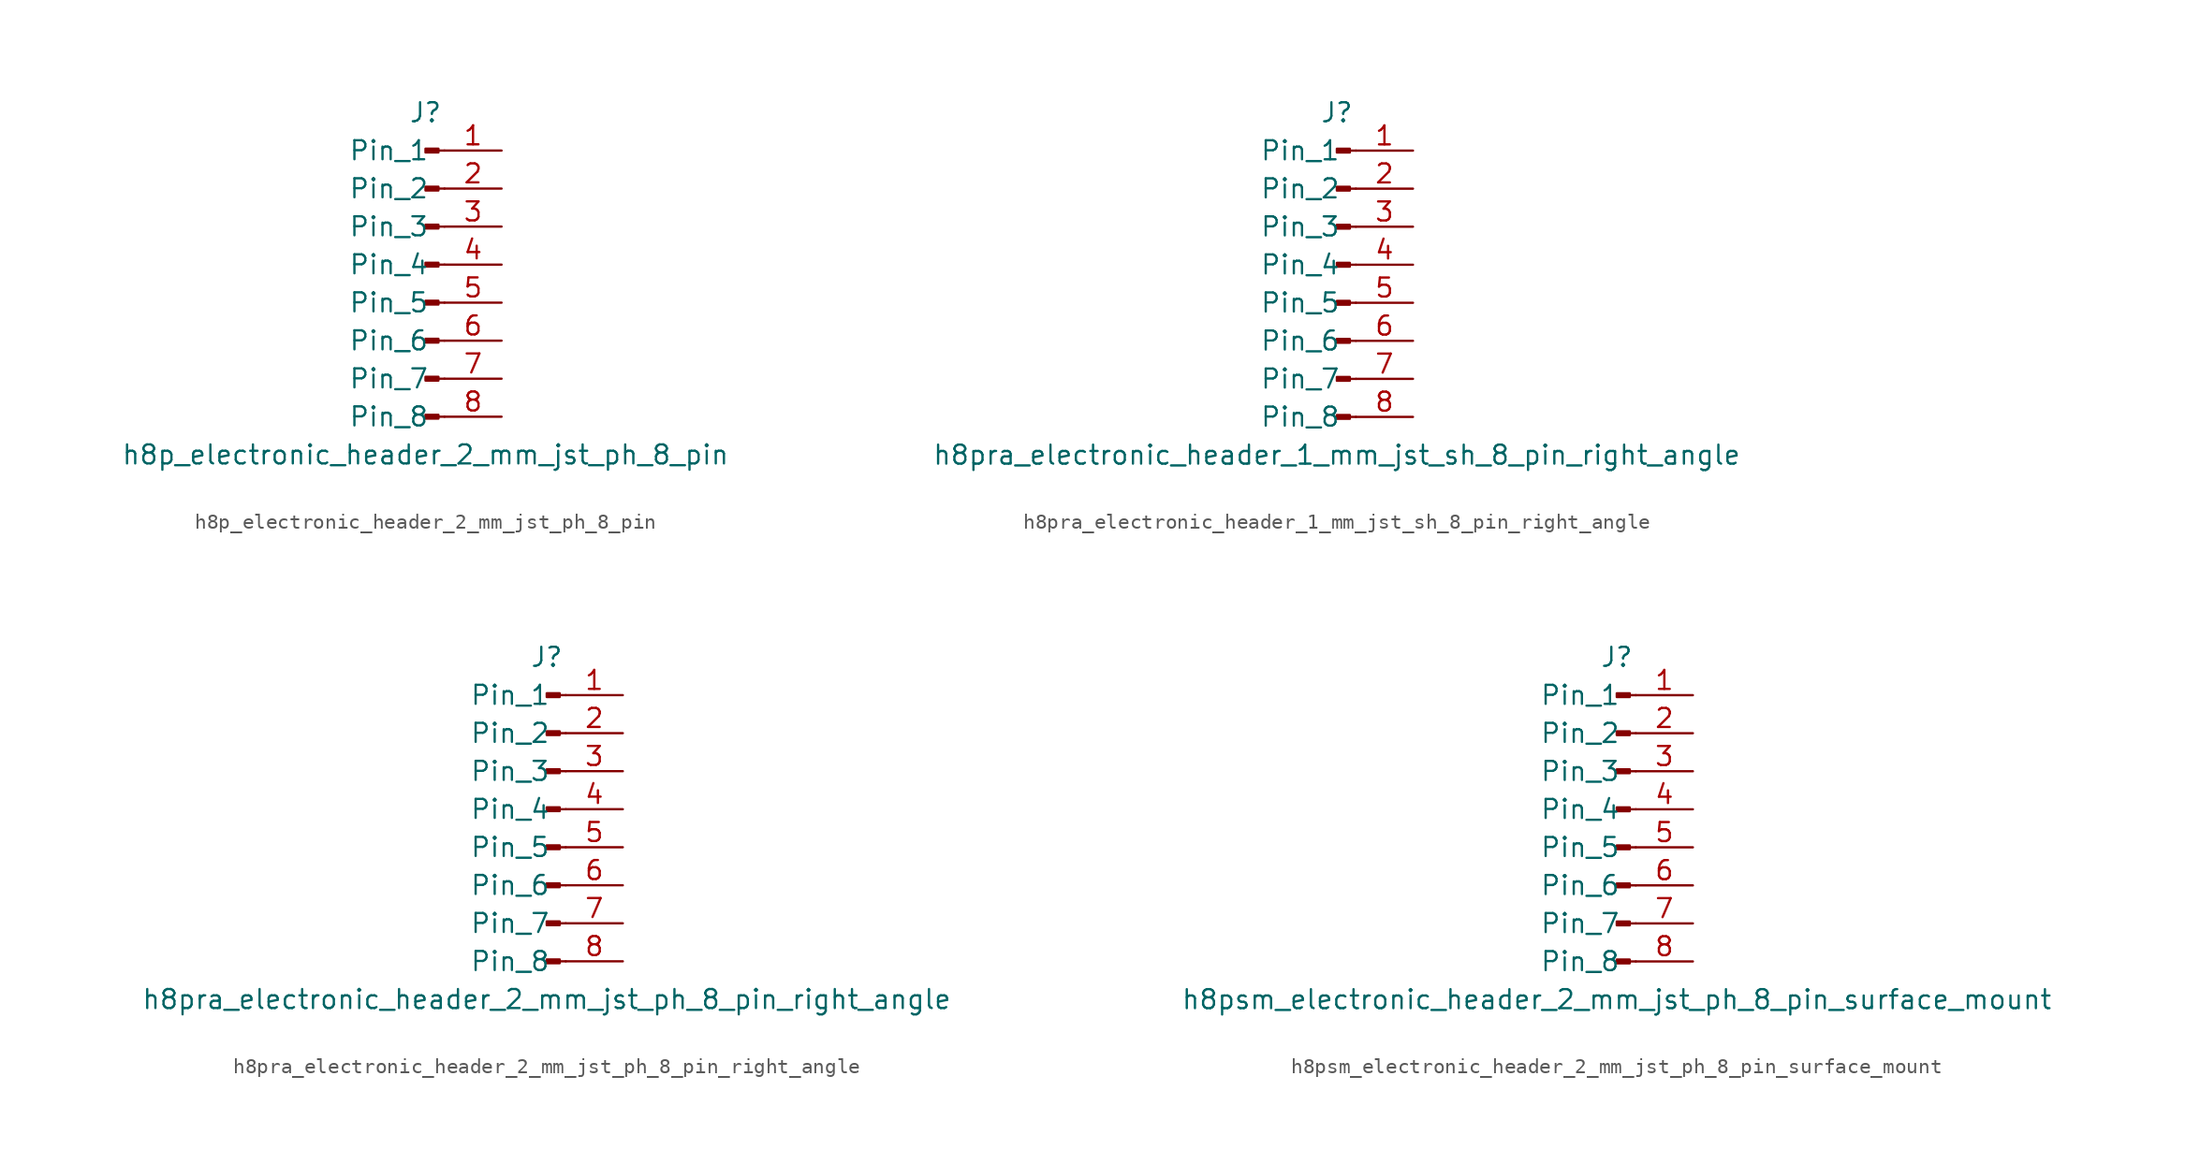
<source format=kicad_sym>
(kicad_symbol_lib
  (version 20220914)
  (generator kicad_symbol_editor)
  (symbol "h8p_electronic_header_2_mm_jst_ph_8_pin"
    (pin_names
      (offset 1.016))
    (property "Reference" "J"
      (at 0 10.16 0)
      (effects (font (size 1.27 1.27))))
    (property "Value" "h8p_electronic_header_2_mm_jst_ph_8_pin"
      (at 0 -12.7 0)
      (effects (font (size 1.27 1.27))))
    (property "ki_locked" ""
      (at 0 0 0)
      (effects (font (size 1.27 1.27))))
    (symbol "h8p_electronic_header_2_mm_jst_ph_8_pin_1_1"
      (polyline (pts (xy 1.27 -10.16) (xy 0.864 -10.16)) (stroke (width 0.152) (type default)) (fill (type none)))
      (polyline (pts (xy 1.27 -7.62) (xy 0.864 -7.62)) (stroke (width 0.152) (type default)) (fill (type none)))
      (polyline (pts (xy 1.27 -5.08) (xy 0.864 -5.08)) (stroke (width 0.152) (type default)) (fill (type none)))
      (polyline (pts (xy 1.27 -2.54) (xy 0.864 -2.54)) (stroke (width 0.152) (type default)) (fill (type none)))
      (polyline (pts (xy 1.27 0) (xy 0.864 0)) (stroke (width 0.152) (type default)) (fill (type none)))
      (polyline (pts (xy 1.27 2.54) (xy 0.864 2.54)) (stroke (width 0.152) (type default)) (fill (type none)))
      (polyline (pts (xy 1.27 5.08) (xy 0.864 5.08)) (stroke (width 0.152) (type default)) (fill (type none)))
      (polyline (pts (xy 1.27 7.62) (xy 0.864 7.62)) (stroke (width 0.152) (type default)) (fill (type none)))
      (rectangle (start 0.864 -10.033) (end 0 -10.287) (stroke (width 0.152) (type default)) (fill (type outline)))
      (rectangle (start 0.864 -7.493) (end 0 -7.747) (stroke (width 0.152) (type default)) (fill (type outline)))
      (rectangle (start 0.864 -4.953) (end 0 -5.207) (stroke (width 0.152) (type default)) (fill (type outline)))
      (rectangle (start 0.864 -2.413) (end 0 -2.667) (stroke (width 0.152) (type default)) (fill (type outline)))
      (rectangle (start 0.864 0.127) (end 0 -0.127) (stroke (width 0.152) (type default)) (fill (type outline)))
      (rectangle (start 0.864 2.667) (end 0 2.413) (stroke (width 0.152) (type default)) (fill (type outline)))
      (rectangle (start 0.864 5.207) (end 0 4.953) (stroke (width 0.152) (type default)) (fill (type outline)))
      (rectangle (start 0.864 7.747) (end 0 7.493) (stroke (width 0.152) (type default)) (fill (type outline)))
      (pin passive line (at 5.08 7.62 180) (length 3.81) (name "Pin_1" (effects (font (size 1.27 1.27)))) (number "1" (effects (font (size 1.27 1.27)))))
      (pin passive line (at 5.08 5.08 180) (length 3.81) (name "Pin_2" (effects (font (size 1.27 1.27)))) (number "2" (effects (font (size 1.27 1.27)))))
      (pin passive line (at 5.08 2.54 180) (length 3.81) (name "Pin_3" (effects (font (size 1.27 1.27)))) (number "3" (effects (font (size 1.27 1.27)))))
      (pin passive line (at 5.08 0 180) (length 3.81) (name "Pin_4" (effects (font (size 1.27 1.27)))) (number "4" (effects (font (size 1.27 1.27)))))
      (pin passive line (at 5.08 -2.54 180) (length 3.81) (name "Pin_5" (effects (font (size 1.27 1.27)))) (number "5" (effects (font (size 1.27 1.27)))))
      (pin passive line (at 5.08 -5.08 180) (length 3.81) (name "Pin_6" (effects (font (size 1.27 1.27)))) (number "6" (effects (font (size 1.27 1.27)))))
      (pin passive line (at 5.08 -7.62 180) (length 3.81) (name "Pin_7" (effects (font (size 1.27 1.27)))) (number "7" (effects (font (size 1.27 1.27)))))
      (pin passive line (at 5.08 -10.16 180) (length 3.81) (name "Pin_8" (effects (font (size 1.27 1.27)))) (number "8" (effects (font (size 1.27 1.27)))))))
  (symbol "h8pra_electronic_header_1_mm_jst_sh_8_pin_right_angle"
    (pin_names
      (offset 1.016))
    (property "Reference" "J"
      (at 0 10.16 0)
      (effects (font (size 1.27 1.27))))
    (property "Value" "h8pra_electronic_header_1_mm_jst_sh_8_pin_right_angle"
      (at 0 -12.7 0)
      (effects (font (size 1.27 1.27))))
    (property "ki_locked" ""
      (at 0 0 0)
      (effects (font (size 1.27 1.27))))
    (symbol "h8pra_electronic_header_1_mm_jst_sh_8_pin_right_angle_1_1"
      (polyline (pts (xy 1.27 -10.16) (xy 0.864 -10.16)) (stroke (width 0.152) (type default)) (fill (type none)))
      (polyline (pts (xy 1.27 -7.62) (xy 0.864 -7.62)) (stroke (width 0.152) (type default)) (fill (type none)))
      (polyline (pts (xy 1.27 -5.08) (xy 0.864 -5.08)) (stroke (width 0.152) (type default)) (fill (type none)))
      (polyline (pts (xy 1.27 -2.54) (xy 0.864 -2.54)) (stroke (width 0.152) (type default)) (fill (type none)))
      (polyline (pts (xy 1.27 0) (xy 0.864 0)) (stroke (width 0.152) (type default)) (fill (type none)))
      (polyline (pts (xy 1.27 2.54) (xy 0.864 2.54)) (stroke (width 0.152) (type default)) (fill (type none)))
      (polyline (pts (xy 1.27 5.08) (xy 0.864 5.08)) (stroke (width 0.152) (type default)) (fill (type none)))
      (polyline (pts (xy 1.27 7.62) (xy 0.864 7.62)) (stroke (width 0.152) (type default)) (fill (type none)))
      (rectangle (start 0.864 -10.033) (end 0 -10.287) (stroke (width 0.152) (type default)) (fill (type outline)))
      (rectangle (start 0.864 -7.493) (end 0 -7.747) (stroke (width 0.152) (type default)) (fill (type outline)))
      (rectangle (start 0.864 -4.953) (end 0 -5.207) (stroke (width 0.152) (type default)) (fill (type outline)))
      (rectangle (start 0.864 -2.413) (end 0 -2.667) (stroke (width 0.152) (type default)) (fill (type outline)))
      (rectangle (start 0.864 0.127) (end 0 -0.127) (stroke (width 0.152) (type default)) (fill (type outline)))
      (rectangle (start 0.864 2.667) (end 0 2.413) (stroke (width 0.152) (type default)) (fill (type outline)))
      (rectangle (start 0.864 5.207) (end 0 4.953) (stroke (width 0.152) (type default)) (fill (type outline)))
      (rectangle (start 0.864 7.747) (end 0 7.493) (stroke (width 0.152) (type default)) (fill (type outline)))
      (pin passive line (at 5.08 7.62 180) (length 3.81) (name "Pin_1" (effects (font (size 1.27 1.27)))) (number "1" (effects (font (size 1.27 1.27)))))
      (pin passive line (at 5.08 5.08 180) (length 3.81) (name "Pin_2" (effects (font (size 1.27 1.27)))) (number "2" (effects (font (size 1.27 1.27)))))
      (pin passive line (at 5.08 2.54 180) (length 3.81) (name "Pin_3" (effects (font (size 1.27 1.27)))) (number "3" (effects (font (size 1.27 1.27)))))
      (pin passive line (at 5.08 0 180) (length 3.81) (name "Pin_4" (effects (font (size 1.27 1.27)))) (number "4" (effects (font (size 1.27 1.27)))))
      (pin passive line (at 5.08 -2.54 180) (length 3.81) (name "Pin_5" (effects (font (size 1.27 1.27)))) (number "5" (effects (font (size 1.27 1.27)))))
      (pin passive line (at 5.08 -5.08 180) (length 3.81) (name "Pin_6" (effects (font (size 1.27 1.27)))) (number "6" (effects (font (size 1.27 1.27)))))
      (pin passive line (at 5.08 -7.62 180) (length 3.81) (name "Pin_7" (effects (font (size 1.27 1.27)))) (number "7" (effects (font (size 1.27 1.27)))))
      (pin passive line (at 5.08 -10.16 180) (length 3.81) (name "Pin_8" (effects (font (size 1.27 1.27)))) (number "8" (effects (font (size 1.27 1.27)))))))
  (symbol "h8pra_electronic_header_2_mm_jst_ph_8_pin_right_angle"
    (pin_names
      (offset 1.016))
    (property "Reference" "J"
      (at 0 10.16 0)
      (effects (font (size 1.27 1.27))))
    (property "Value" "h8pra_electronic_header_2_mm_jst_ph_8_pin_right_angle"
      (at 0 -12.7 0)
      (effects (font (size 1.27 1.27))))
    (property "ki_locked" ""
      (at 0 0 0)
      (effects (font (size 1.27 1.27))))
    (symbol "h8pra_electronic_header_2_mm_jst_ph_8_pin_right_angle_1_1"
      (polyline (pts (xy 1.27 -10.16) (xy 0.864 -10.16)) (stroke (width 0.152) (type default)) (fill (type none)))
      (polyline (pts (xy 1.27 -7.62) (xy 0.864 -7.62)) (stroke (width 0.152) (type default)) (fill (type none)))
      (polyline (pts (xy 1.27 -5.08) (xy 0.864 -5.08)) (stroke (width 0.152) (type default)) (fill (type none)))
      (polyline (pts (xy 1.27 -2.54) (xy 0.864 -2.54)) (stroke (width 0.152) (type default)) (fill (type none)))
      (polyline (pts (xy 1.27 0) (xy 0.864 0)) (stroke (width 0.152) (type default)) (fill (type none)))
      (polyline (pts (xy 1.27 2.54) (xy 0.864 2.54)) (stroke (width 0.152) (type default)) (fill (type none)))
      (polyline (pts (xy 1.27 5.08) (xy 0.864 5.08)) (stroke (width 0.152) (type default)) (fill (type none)))
      (polyline (pts (xy 1.27 7.62) (xy 0.864 7.62)) (stroke (width 0.152) (type default)) (fill (type none)))
      (rectangle (start 0.864 -10.033) (end 0 -10.287) (stroke (width 0.152) (type default)) (fill (type outline)))
      (rectangle (start 0.864 -7.493) (end 0 -7.747) (stroke (width 0.152) (type default)) (fill (type outline)))
      (rectangle (start 0.864 -4.953) (end 0 -5.207) (stroke (width 0.152) (type default)) (fill (type outline)))
      (rectangle (start 0.864 -2.413) (end 0 -2.667) (stroke (width 0.152) (type default)) (fill (type outline)))
      (rectangle (start 0.864 0.127) (end 0 -0.127) (stroke (width 0.152) (type default)) (fill (type outline)))
      (rectangle (start 0.864 2.667) (end 0 2.413) (stroke (width 0.152) (type default)) (fill (type outline)))
      (rectangle (start 0.864 5.207) (end 0 4.953) (stroke (width 0.152) (type default)) (fill (type outline)))
      (rectangle (start 0.864 7.747) (end 0 7.493) (stroke (width 0.152) (type default)) (fill (type outline)))
      (pin passive line (at 5.08 7.62 180) (length 3.81) (name "Pin_1" (effects (font (size 1.27 1.27)))) (number "1" (effects (font (size 1.27 1.27)))))
      (pin passive line (at 5.08 5.08 180) (length 3.81) (name "Pin_2" (effects (font (size 1.27 1.27)))) (number "2" (effects (font (size 1.27 1.27)))))
      (pin passive line (at 5.08 2.54 180) (length 3.81) (name "Pin_3" (effects (font (size 1.27 1.27)))) (number "3" (effects (font (size 1.27 1.27)))))
      (pin passive line (at 5.08 0 180) (length 3.81) (name "Pin_4" (effects (font (size 1.27 1.27)))) (number "4" (effects (font (size 1.27 1.27)))))
      (pin passive line (at 5.08 -2.54 180) (length 3.81) (name "Pin_5" (effects (font (size 1.27 1.27)))) (number "5" (effects (font (size 1.27 1.27)))))
      (pin passive line (at 5.08 -5.08 180) (length 3.81) (name "Pin_6" (effects (font (size 1.27 1.27)))) (number "6" (effects (font (size 1.27 1.27)))))
      (pin passive line (at 5.08 -7.62 180) (length 3.81) (name "Pin_7" (effects (font (size 1.27 1.27)))) (number "7" (effects (font (size 1.27 1.27)))))
      (pin passive line (at 5.08 -10.16 180) (length 3.81) (name "Pin_8" (effects (font (size 1.27 1.27)))) (number "8" (effects (font (size 1.27 1.27)))))))
  (symbol "h8psm_electronic_header_2_mm_jst_ph_8_pin_surface_mount"
    (pin_names
      (offset 1.016))
    (property "Reference" "J"
      (at 0 10.16 0)
      (effects (font (size 1.27 1.27))))
    (property "Value" "h8psm_electronic_header_2_mm_jst_ph_8_pin_surface_mount"
      (at 0 -12.7 0)
      (effects (font (size 1.27 1.27))))
    (property "ki_locked" ""
      (at 0 0 0)
      (effects (font (size 1.27 1.27))))
    (symbol "h8psm_electronic_header_2_mm_jst_ph_8_pin_surface_mount_1_1"
      (polyline (pts (xy 1.27 -10.16) (xy 0.864 -10.16)) (stroke (width 0.152) (type default)) (fill (type none)))
      (polyline (pts (xy 1.27 -7.62) (xy 0.864 -7.62)) (stroke (width 0.152) (type default)) (fill (type none)))
      (polyline (pts (xy 1.27 -5.08) (xy 0.864 -5.08)) (stroke (width 0.152) (type default)) (fill (type none)))
      (polyline (pts (xy 1.27 -2.54) (xy 0.864 -2.54)) (stroke (width 0.152) (type default)) (fill (type none)))
      (polyline (pts (xy 1.27 0) (xy 0.864 0)) (stroke (width 0.152) (type default)) (fill (type none)))
      (polyline (pts (xy 1.27 2.54) (xy 0.864 2.54)) (stroke (width 0.152) (type default)) (fill (type none)))
      (polyline (pts (xy 1.27 5.08) (xy 0.864 5.08)) (stroke (width 0.152) (type default)) (fill (type none)))
      (polyline (pts (xy 1.27 7.62) (xy 0.864 7.62)) (stroke (width 0.152) (type default)) (fill (type none)))
      (rectangle (start 0.864 -10.033) (end 0 -10.287) (stroke (width 0.152) (type default)) (fill (type outline)))
      (rectangle (start 0.864 -7.493) (end 0 -7.747) (stroke (width 0.152) (type default)) (fill (type outline)))
      (rectangle (start 0.864 -4.953) (end 0 -5.207) (stroke (width 0.152) (type default)) (fill (type outline)))
      (rectangle (start 0.864 -2.413) (end 0 -2.667) (stroke (width 0.152) (type default)) (fill (type outline)))
      (rectangle (start 0.864 0.127) (end 0 -0.127) (stroke (width 0.152) (type default)) (fill (type outline)))
      (rectangle (start 0.864 2.667) (end 0 2.413) (stroke (width 0.152) (type default)) (fill (type outline)))
      (rectangle (start 0.864 5.207) (end 0 4.953) (stroke (width 0.152) (type default)) (fill (type outline)))
      (rectangle (start 0.864 7.747) (end 0 7.493) (stroke (width 0.152) (type default)) (fill (type outline)))
      (pin passive line (at 5.08 7.62 180) (length 3.81) (name "Pin_1" (effects (font (size 1.27 1.27)))) (number "1" (effects (font (size 1.27 1.27)))))
      (pin passive line (at 5.08 5.08 180) (length 3.81) (name "Pin_2" (effects (font (size 1.27 1.27)))) (number "2" (effects (font (size 1.27 1.27)))))
      (pin passive line (at 5.08 2.54 180) (length 3.81) (name "Pin_3" (effects (font (size 1.27 1.27)))) (number "3" (effects (font (size 1.27 1.27)))))
      (pin passive line (at 5.08 0 180) (length 3.81) (name "Pin_4" (effects (font (size 1.27 1.27)))) (number "4" (effects (font (size 1.27 1.27)))))
      (pin passive line (at 5.08 -2.54 180) (length 3.81) (name "Pin_5" (effects (font (size 1.27 1.27)))) (number "5" (effects (font (size 1.27 1.27)))))
      (pin passive line (at 5.08 -5.08 180) (length 3.81) (name "Pin_6" (effects (font (size 1.27 1.27)))) (number "6" (effects (font (size 1.27 1.27)))))
      (pin passive line (at 5.08 -7.62 180) (length 3.81) (name "Pin_7" (effects (font (size 1.27 1.27)))) (number "7" (effects (font (size 1.27 1.27)))))
      (pin passive line (at 5.08 -10.16 180) (length 3.81) (name "Pin_8" (effects (font (size 1.27 1.27)))) (number "8" (effects (font (size 1.27 1.27))))))))
</source>
